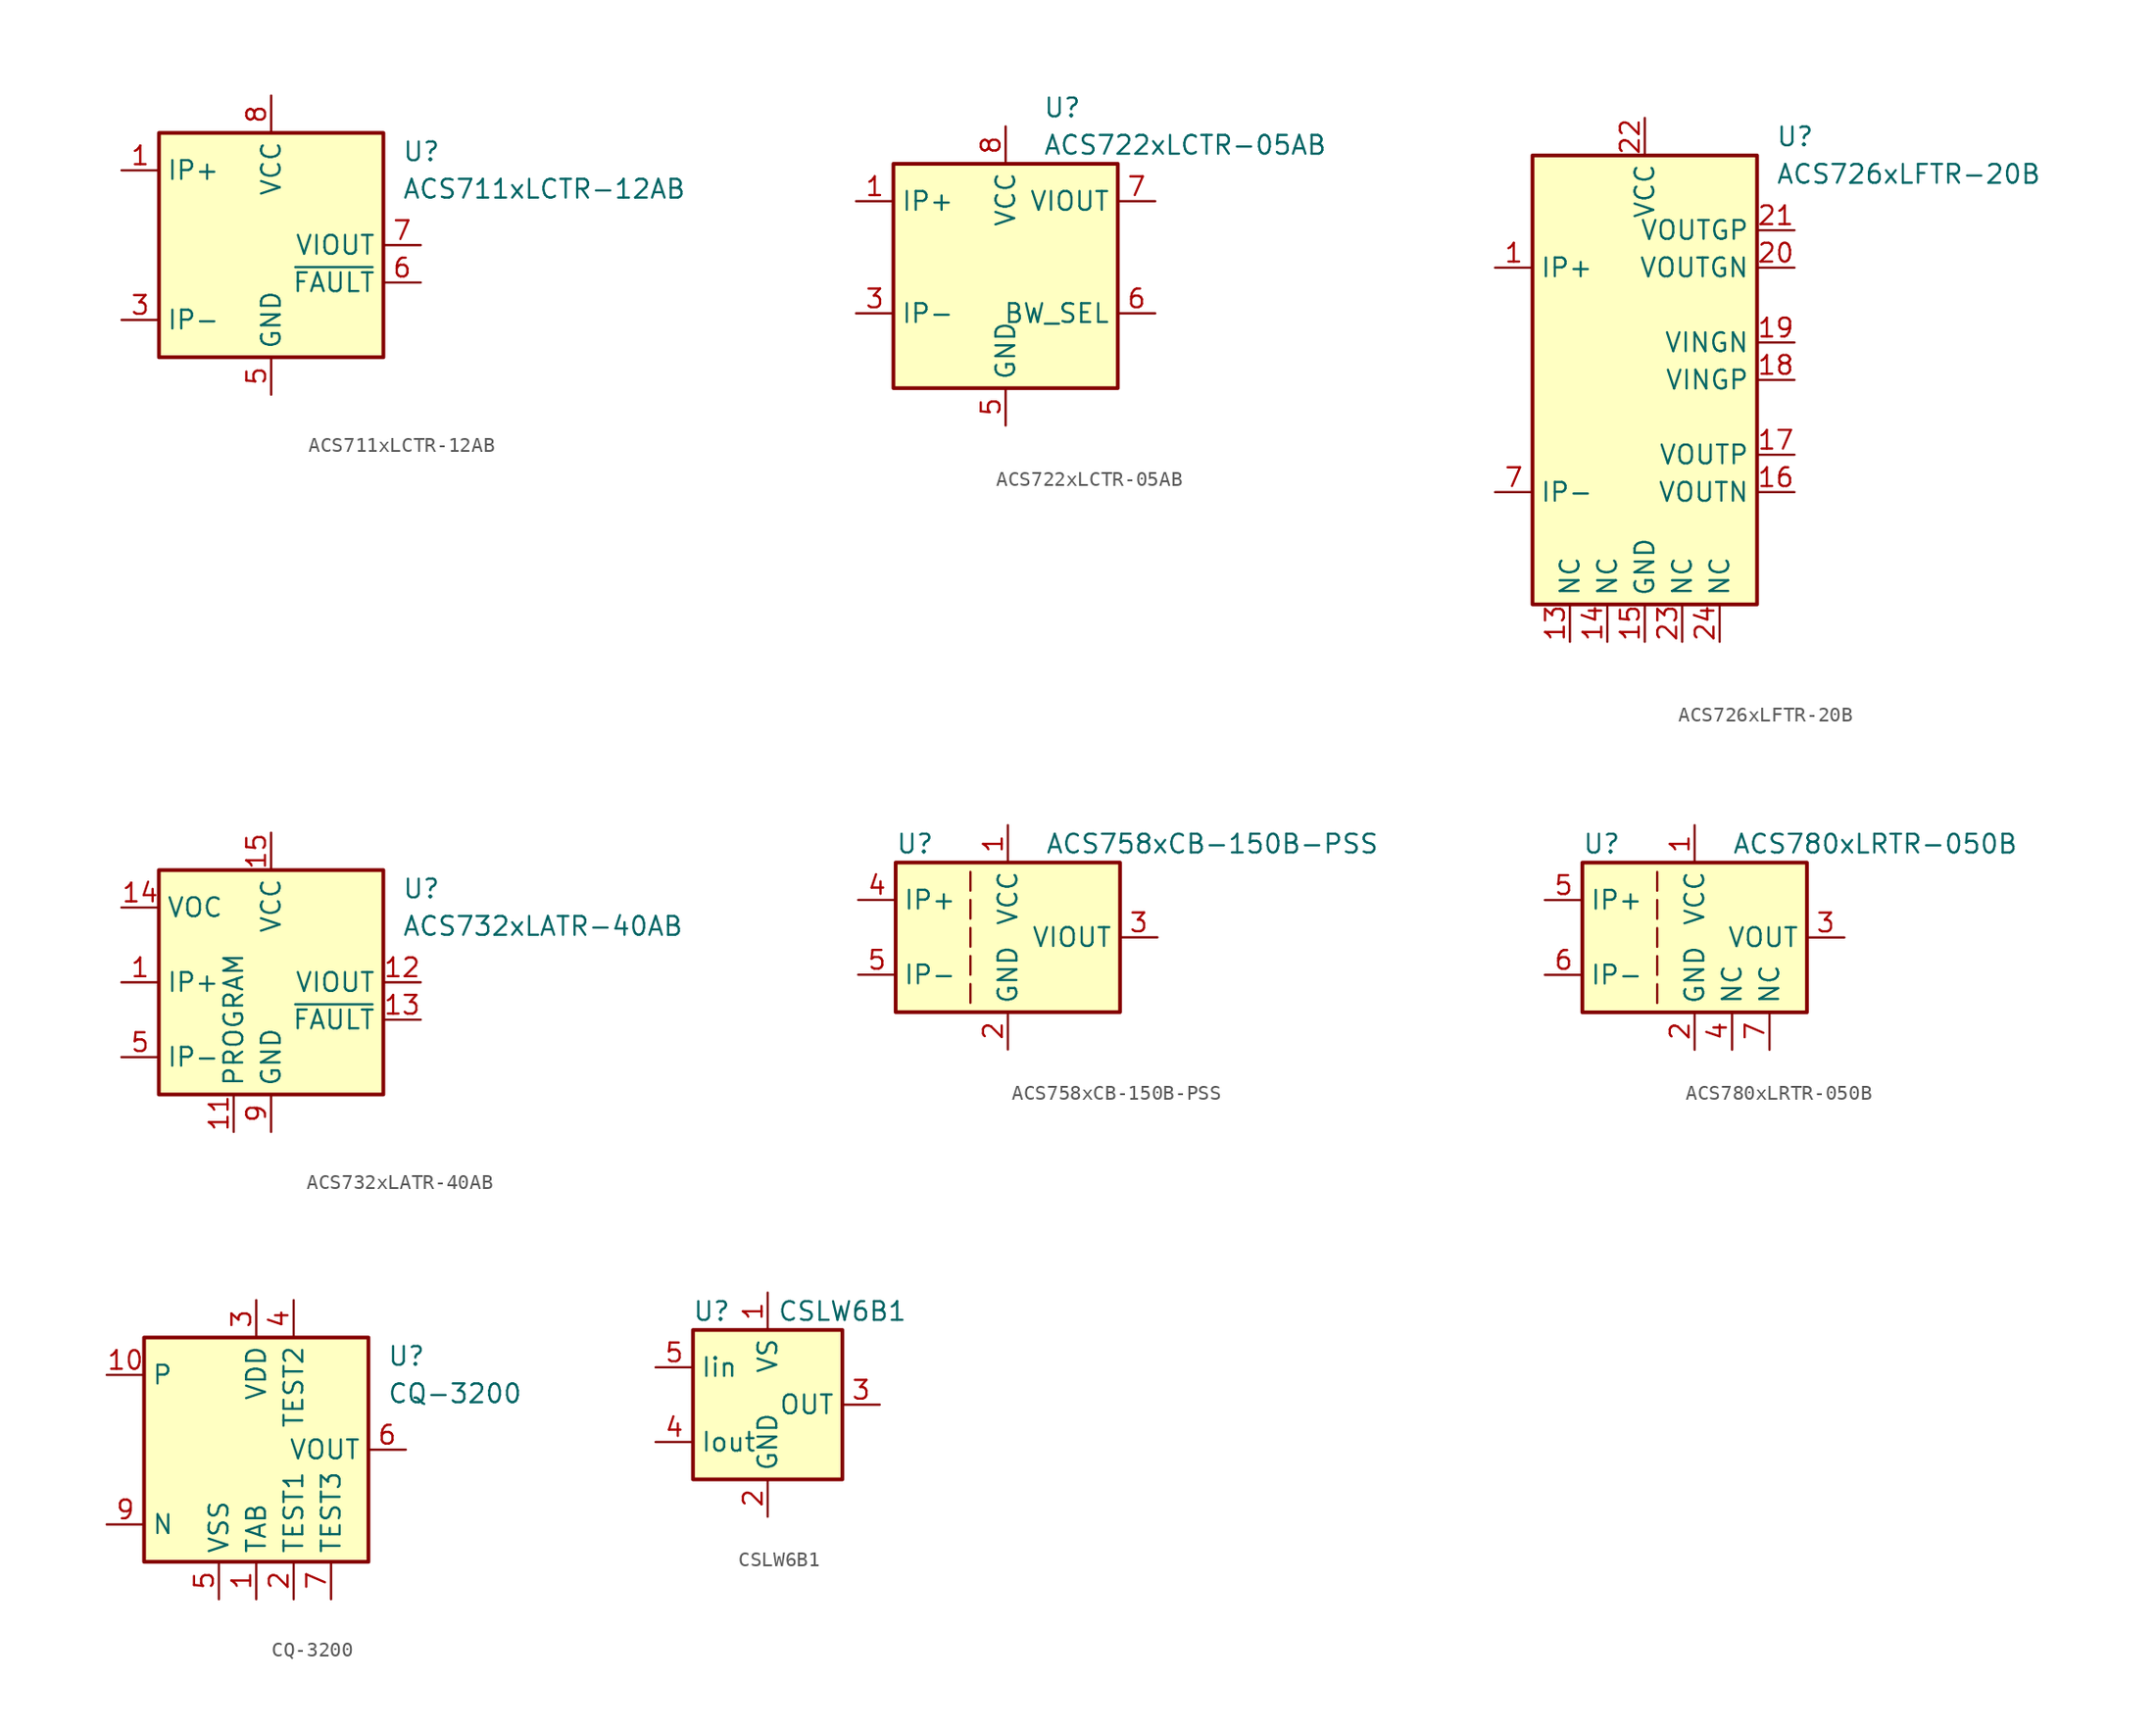
<source format=kicad_sym>
(kicad_symbol_lib
  (version 20220914)
  (generator kicad_symbol_editor)
  (symbol "ACS711xLCTR-12AB"
    (property "Reference" "U"
      (at 8.89 6.35 0)
      (effects (font (size 1.27 1.27)) (justify left)))
    (property "Value" "ACS711xLCTR-12AB"
      (at 8.89 3.81 0)
      (effects (font (size 1.27 1.27)) (justify left)))
    (symbol "ACS711xLCTR-12AB_0_1"
      (rectangle (start -7.62 7.62) (end 7.62 -7.62) (stroke (width 0.254) (type default)) (fill (type background))))
    (symbol "ACS711xLCTR-12AB_1_1"
      (pin passive line (at -10.16 5.08 0) (length 2.54) (name "IP+" (effects (font (size 1.27 1.27)))) (number "1" (effects (font (size 1.27 1.27)))))
      (pin passive line (at -10.16 5.08 0) (length 2.54) hide (name "IP+" (effects (font (size 1.27 1.27)))) (number "2" (effects (font (size 1.27 1.27)))))
      (pin passive line (at -10.16 -5.08 0) (length 2.54) (name "IP-" (effects (font (size 1.27 1.27)))) (number "3" (effects (font (size 1.27 1.27)))))
      (pin passive line (at -10.16 -5.08 0) (length 2.54) hide (name "IP-" (effects (font (size 1.27 1.27)))) (number "4" (effects (font (size 1.27 1.27)))))
      (pin power_in line (at 0 -10.16 90) (length 2.54) (name "GND" (effects (font (size 1.27 1.27)))) (number "5" (effects (font (size 1.27 1.27)))))
      (pin output line (at 10.16 -2.54 180) (length 2.54) (name "~{FAULT}" (effects (font (size 1.27 1.27)))) (number "6" (effects (font (size 1.27 1.27)))))
      (pin output line (at 10.16 0 180) (length 2.54) (name "VIOUT" (effects (font (size 1.27 1.27)))) (number "7" (effects (font (size 1.27 1.27)))))
      (pin power_in line (at 0 10.16 270) (length 2.54) (name "VCC" (effects (font (size 1.27 1.27)))) (number "8" (effects (font (size 1.27 1.27)))))))
  (symbol "ACS722xLCTR-05AB"
    (property "Reference" "U"
      (at 2.54 11.43 0)
      (effects (font (size 1.27 1.27)) (justify left)))
    (property "Value" "ACS722xLCTR-05AB"
      (at 2.54 8.89 0)
      (effects (font (size 1.27 1.27)) (justify left)))
    (symbol "ACS722xLCTR-05AB_0_1"
      (rectangle (start -7.62 7.62) (end 7.62 -7.62) (stroke (width 0.254) (type default)) (fill (type background))))
    (symbol "ACS722xLCTR-05AB_1_1"
      (pin passive line (at -10.16 5.08 0) (length 2.54) (name "IP+" (effects (font (size 1.27 1.27)))) (number "1" (effects (font (size 1.27 1.27)))))
      (pin passive line (at -10.16 5.08 0) (length 2.54) hide (name "IP+" (effects (font (size 1.27 1.27)))) (number "2" (effects (font (size 1.27 1.27)))))
      (pin passive line (at -10.16 -2.54 0) (length 2.54) (name "IP-" (effects (font (size 1.27 1.27)))) (number "3" (effects (font (size 1.27 1.27)))))
      (pin passive line (at -10.16 -2.54 0) (length 2.54) hide (name "IP-" (effects (font (size 1.27 1.27)))) (number "4" (effects (font (size 1.27 1.27)))))
      (pin power_in line (at 0 -10.16 90) (length 2.54) (name "GND" (effects (font (size 1.27 1.27)))) (number "5" (effects (font (size 1.27 1.27)))))
      (pin input line (at 10.16 -2.54 180) (length 2.54) (name "BW_SEL" (effects (font (size 1.27 1.27)))) (number "6" (effects (font (size 1.27 1.27)))))
      (pin output line (at 10.16 5.08 180) (length 2.54) (name "VIOUT" (effects (font (size 1.27 1.27)))) (number "7" (effects (font (size 1.27 1.27)))))
      (pin power_in line (at 0 10.16 270) (length 2.54) (name "VCC" (effects (font (size 1.27 1.27)))) (number "8" (effects (font (size 1.27 1.27)))))))
  (symbol "ACS726xLFTR-20B"
    (property "Reference" "U"
      (at 8.89 16.51 0)
      (effects (font (size 1.27 1.27)) (justify left)))
    (property "Value" "ACS726xLFTR-20B"
      (at 8.89 13.97 0)
      (effects (font (size 1.27 1.27)) (justify left)))
    (symbol "ACS726xLFTR-20B_0_1"
      (rectangle (start -7.62 15.24) (end 7.62 -15.24) (stroke (width 0.254) (type default)) (fill (type background))))
    (symbol "ACS726xLFTR-20B_1_1"
      (pin passive line (at -10.16 7.62 0) (length 2.54) (name "IP+" (effects (font (size 1.27 1.27)))) (number "1" (effects (font (size 1.27 1.27)))))
      (pin passive line (at -10.16 -7.62 0) (length 2.54) hide (name "IP-" (effects (font (size 1.27 1.27)))) (number "10" (effects (font (size 1.27 1.27)))))
      (pin passive line (at -10.16 -7.62 0) (length 2.54) hide (name "IP-" (effects (font (size 1.27 1.27)))) (number "11" (effects (font (size 1.27 1.27)))))
      (pin passive line (at -10.16 -7.62 0) (length 2.54) hide (name "IP-" (effects (font (size 1.27 1.27)))) (number "12" (effects (font (size 1.27 1.27)))))
      (pin passive line (at -5.08 -17.78 90) (length 2.54) (name "NC" (effects (font (size 1.27 1.27)))) (number "13" (effects (font (size 1.27 1.27)))))
      (pin passive line (at -2.54 -17.78 90) (length 2.54) (name "NC" (effects (font (size 1.27 1.27)))) (number "14" (effects (font (size 1.27 1.27)))))
      (pin power_in line (at 0 -17.78 90) (length 2.54) (name "GND" (effects (font (size 1.27 1.27)))) (number "15" (effects (font (size 1.27 1.27)))))
      (pin output line (at 10.16 -7.62 180) (length 2.54) (name "VOUTN" (effects (font (size 1.27 1.27)))) (number "16" (effects (font (size 1.27 1.27)))))
      (pin output line (at 10.16 -5.08 180) (length 2.54) (name "VOUTP" (effects (font (size 1.27 1.27)))) (number "17" (effects (font (size 1.27 1.27)))))
      (pin input line (at 10.16 0 180) (length 2.54) (name "VINGP" (effects (font (size 1.27 1.27)))) (number "18" (effects (font (size 1.27 1.27)))))
      (pin input line (at 10.16 2.54 180) (length 2.54) (name "VINGN" (effects (font (size 1.27 1.27)))) (number "19" (effects (font (size 1.27 1.27)))))
      (pin passive line (at -10.16 7.62 0) (length 2.54) hide (name "IP+" (effects (font (size 1.27 1.27)))) (number "2" (effects (font (size 1.27 1.27)))))
      (pin output line (at 10.16 7.62 180) (length 2.54) (name "VOUTGN" (effects (font (size 1.27 1.27)))) (number "20" (effects (font (size 1.27 1.27)))))
      (pin output line (at 10.16 10.16 180) (length 2.54) (name "VOUTGP" (effects (font (size 1.27 1.27)))) (number "21" (effects (font (size 1.27 1.27)))))
      (pin power_in line (at 0 17.78 270) (length 2.54) (name "VCC" (effects (font (size 1.27 1.27)))) (number "22" (effects (font (size 1.27 1.27)))))
      (pin passive line (at 2.54 -17.78 90) (length 2.54) (name "NC" (effects (font (size 1.27 1.27)))) (number "23" (effects (font (size 1.27 1.27)))))
      (pin passive line (at 5.08 -17.78 90) (length 2.54) (name "NC" (effects (font (size 1.27 1.27)))) (number "24" (effects (font (size 1.27 1.27)))))
      (pin passive line (at -10.16 7.62 0) (length 2.54) hide (name "IP+" (effects (font (size 1.27 1.27)))) (number "3" (effects (font (size 1.27 1.27)))))
      (pin passive line (at -10.16 7.62 0) (length 2.54) hide (name "IP+" (effects (font (size 1.27 1.27)))) (number "4" (effects (font (size 1.27 1.27)))))
      (pin passive line (at -10.16 7.62 0) (length 2.54) hide (name "IP+" (effects (font (size 1.27 1.27)))) (number "5" (effects (font (size 1.27 1.27)))))
      (pin passive line (at -10.16 7.62 0) (length 2.54) hide (name "IP+" (effects (font (size 1.27 1.27)))) (number "6" (effects (font (size 1.27 1.27)))))
      (pin passive line (at -10.16 -7.62 0) (length 2.54) (name "IP-" (effects (font (size 1.27 1.27)))) (number "7" (effects (font (size 1.27 1.27)))))
      (pin passive line (at -10.16 -7.62 0) (length 2.54) hide (name "IP-" (effects (font (size 1.27 1.27)))) (number "8" (effects (font (size 1.27 1.27)))))
      (pin passive line (at -10.16 -7.62 0) (length 2.54) hide (name "IP-" (effects (font (size 1.27 1.27)))) (number "9" (effects (font (size 1.27 1.27)))))))
  (symbol "ACS732xLATR-40AB"
    (property "Reference" "U"
      (at 8.89 6.35 0)
      (effects (font (size 1.27 1.27)) (justify left)))
    (property "Value" "ACS732xLATR-40AB"
      (at 8.89 3.81 0)
      (effects (font (size 1.27 1.27)) (justify left)))
    (symbol "ACS732xLATR-40AB_0_1"
      (rectangle (start -7.62 7.62) (end 7.62 -7.62) (stroke (width 0.254) (type default)) (fill (type background))))
    (symbol "ACS732xLATR-40AB_1_1"
      (pin passive line (at -10.16 0 0) (length 2.54) (name "IP+" (effects (font (size 1.27 1.27)))) (number "1" (effects (font (size 1.27 1.27)))))
      (pin passive line (at 0 -10.16 90) (length 2.54) hide (name "GND" (effects (font (size 1.27 1.27)))) (number "10" (effects (font (size 1.27 1.27)))))
      (pin passive line (at -2.54 -10.16 90) (length 2.54) (name "PROGRAM" (effects (font (size 1.27 1.27)))) (number "11" (effects (font (size 1.27 1.27)))))
      (pin output line (at 10.16 0 180) (length 2.54) (name "VIOUT" (effects (font (size 1.27 1.27)))) (number "12" (effects (font (size 1.27 1.27)))))
      (pin output line (at 10.16 -2.54 180) (length 2.54) (name "~{FAULT}" (effects (font (size 1.27 1.27)))) (number "13" (effects (font (size 1.27 1.27)))))
      (pin input line (at -10.16 5.08 0) (length 2.54) (name "VOC" (effects (font (size 1.27 1.27)))) (number "14" (effects (font (size 1.27 1.27)))))
      (pin power_in line (at 0 10.16 270) (length 2.54) (name "VCC" (effects (font (size 1.27 1.27)))) (number "15" (effects (font (size 1.27 1.27)))))
      (pin passive line (at 0 10.16 270) (length 2.54) hide (name "VCC" (effects (font (size 1.27 1.27)))) (number "16" (effects (font (size 1.27 1.27)))))
      (pin passive line (at -10.16 0 0) (length 2.54) hide (name "IP+" (effects (font (size 1.27 1.27)))) (number "2" (effects (font (size 1.27 1.27)))))
      (pin passive line (at -10.16 0 0) (length 2.54) hide (name "IP+" (effects (font (size 1.27 1.27)))) (number "3" (effects (font (size 1.27 1.27)))))
      (pin passive line (at -10.16 0 0) (length 2.54) hide (name "IP+" (effects (font (size 1.27 1.27)))) (number "4" (effects (font (size 1.27 1.27)))))
      (pin passive line (at -10.16 -5.08 0) (length 2.54) (name "IP-" (effects (font (size 1.27 1.27)))) (number "5" (effects (font (size 1.27 1.27)))))
      (pin passive line (at -10.16 -5.08 0) (length 2.54) hide (name "IP-" (effects (font (size 1.27 1.27)))) (number "6" (effects (font (size 1.27 1.27)))))
      (pin passive line (at -10.16 -5.08 0) (length 2.54) hide (name "IP-" (effects (font (size 1.27 1.27)))) (number "7" (effects (font (size 1.27 1.27)))))
      (pin passive line (at -10.16 -5.08 0) (length 2.54) hide (name "IP-" (effects (font (size 1.27 1.27)))) (number "8" (effects (font (size 1.27 1.27)))))
      (pin power_in line (at 0 -10.16 90) (length 2.54) (name "GND" (effects (font (size 1.27 1.27)))) (number "9" (effects (font (size 1.27 1.27)))))))
  (symbol "ACS758xCB-150B-PSS"
    (property "Reference" "U"
      (at -7.62 6.35 0)
      (effects (font (size 1.27 1.27)) (justify left)))
    (property "Value" "ACS758xCB-150B-PSS"
      (at 2.54 6.35 0)
      (effects (font (size 1.27 1.27)) (justify left)))
    (symbol "ACS758xCB-150B-PSS_0_1"
      (rectangle (start -7.62 5.08) (end 7.62 -5.08) (stroke (width 0.254) (type default)) (fill (type background)))
      (polyline (pts (xy -2.54 -3.175) (xy -2.54 -4.445)) (stroke (width 0) (type default)) (fill (type none)))
      (polyline (pts (xy -2.54 -1.27) (xy -2.54 -2.54)) (stroke (width 0) (type default)) (fill (type none)))
      (polyline (pts (xy -2.54 0.635) (xy -2.54 -0.635)) (stroke (width 0) (type default)) (fill (type none)))
      (polyline (pts (xy -2.54 1.27) (xy -2.54 2.54)) (stroke (width 0) (type default)) (fill (type none)))
      (polyline (pts (xy -2.54 3.175) (xy -2.54 4.445)) (stroke (width 0) (type default)) (fill (type none))))
    (symbol "ACS758xCB-150B-PSS_1_1"
      (pin power_in line (at 0 7.62 270) (length 2.54) (name "VCC" (effects (font (size 1.27 1.27)))) (number "1" (effects (font (size 1.27 1.27)))))
      (pin power_in line (at 0 -7.62 90) (length 2.54) (name "GND" (effects (font (size 1.27 1.27)))) (number "2" (effects (font (size 1.27 1.27)))))
      (pin output line (at 10.16 0 180) (length 2.54) (name "VIOUT" (effects (font (size 1.27 1.27)))) (number "3" (effects (font (size 1.27 1.27)))))
      (pin passive line (at -10.16 2.54 0) (length 2.54) (name "IP+" (effects (font (size 1.27 1.27)))) (number "4" (effects (font (size 1.27 1.27)))))
      (pin passive line (at -10.16 -2.54 0) (length 2.54) (name "IP-" (effects (font (size 1.27 1.27)))) (number "5" (effects (font (size 1.27 1.27)))))))
  (symbol "ACS780xLRTR-050B"
    (property "Reference" "U"
      (at -7.62 6.35 0)
      (effects (font (size 1.27 1.27)) (justify left)))
    (property "Value" "ACS780xLRTR-050B"
      (at 2.54 6.35 0)
      (effects (font (size 1.27 1.27)) (justify left)))
    (symbol "ACS780xLRTR-050B_0_1"
      (rectangle (start -7.62 5.08) (end 7.62 -5.08) (stroke (width 0.254) (type default)) (fill (type background)))
      (polyline (pts (xy -2.54 -3.175) (xy -2.54 -4.445)) (stroke (width 0) (type default)) (fill (type none)))
      (polyline (pts (xy -2.54 -1.27) (xy -2.54 -2.54)) (stroke (width 0) (type default)) (fill (type none)))
      (polyline (pts (xy -2.54 0.635) (xy -2.54 -0.635)) (stroke (width 0) (type default)) (fill (type none)))
      (polyline (pts (xy -2.54 1.27) (xy -2.54 2.54)) (stroke (width 0) (type default)) (fill (type none)))
      (polyline (pts (xy -2.54 3.175) (xy -2.54 4.445)) (stroke (width 0) (type default)) (fill (type none))))
    (symbol "ACS780xLRTR-050B_1_1"
      (pin power_in line (at 0 7.62 270) (length 2.54) (name "VCC" (effects (font (size 1.27 1.27)))) (number "1" (effects (font (size 1.27 1.27)))))
      (pin power_in line (at 0 -7.62 90) (length 2.54) (name "GND" (effects (font (size 1.27 1.27)))) (number "2" (effects (font (size 1.27 1.27)))))
      (pin output line (at 10.16 0 180) (length 2.54) (name "VOUT" (effects (font (size 1.27 1.27)))) (number "3" (effects (font (size 1.27 1.27)))))
      (pin passive line (at 2.54 -7.62 90) (length 2.54) (name "NC" (effects (font (size 1.27 1.27)))) (number "4" (effects (font (size 1.27 1.27)))))
      (pin passive line (at -10.16 2.54 0) (length 2.54) (name "IP+" (effects (font (size 1.27 1.27)))) (number "5" (effects (font (size 1.27 1.27)))))
      (pin passive line (at -10.16 -2.54 0) (length 2.54) (name "IP-" (effects (font (size 1.27 1.27)))) (number "6" (effects (font (size 1.27 1.27)))))
      (pin passive line (at 5.08 -7.62 90) (length 2.54) (name "NC" (effects (font (size 1.27 1.27)))) (number "7" (effects (font (size 1.27 1.27)))))))
  (symbol "CQ-3200"
    (property "Reference" "U"
      (at 8.89 6.35 0)
      (effects (font (size 1.27 1.27)) (justify left)))
    (property "Value" "CQ-3200"
      (at 8.89 3.81 0)
      (effects (font (size 1.27 1.27)) (justify left)))
    (symbol "CQ-3200_0_1"
      (rectangle (start -7.62 7.62) (end 7.62 -7.62) (stroke (width 0.254) (type default)) (fill (type background))))
    (symbol "CQ-3200_1_1"
      (pin power_in line (at 0 -10.16 90) (length 2.54) (name "TAB" (effects (font (size 1.27 1.27)))) (number "1" (effects (font (size 1.27 1.27)))))
      (pin passive line (at -10.16 5.08 0) (length 2.54) (name "P" (effects (font (size 1.27 1.27)))) (number "10" (effects (font (size 1.27 1.27)))))
      (pin power_in line (at 2.54 -10.16 90) (length 2.54) (name "TEST1" (effects (font (size 1.27 1.27)))) (number "2" (effects (font (size 1.27 1.27)))))
      (pin power_in line (at 0 10.16 270) (length 2.54) (name "VDD" (effects (font (size 1.27 1.27)))) (number "3" (effects (font (size 1.27 1.27)))))
      (pin power_in line (at 2.54 10.16 270) (length 2.54) (name "TEST2" (effects (font (size 1.27 1.27)))) (number "4" (effects (font (size 1.27 1.27)))))
      (pin power_in line (at -2.54 -10.16 90) (length 2.54) (name "VSS" (effects (font (size 1.27 1.27)))) (number "5" (effects (font (size 1.27 1.27)))))
      (pin output line (at 10.16 0 180) (length 2.54) (name "VOUT" (effects (font (size 1.27 1.27)))) (number "6" (effects (font (size 1.27 1.27)))))
      (pin power_in line (at 5.08 -10.16 90) (length 2.54) (name "TEST3" (effects (font (size 1.27 1.27)))) (number "7" (effects (font (size 1.27 1.27)))))
      (pin passive line (at 0 -10.16 90) (length 2.54) hide (name "TAB" (effects (font (size 1.27 1.27)))) (number "8" (effects (font (size 1.27 1.27)))))
      (pin passive line (at -10.16 -5.08 0) (length 2.54) (name "N" (effects (font (size 1.27 1.27)))) (number "9" (effects (font (size 1.27 1.27)))))))
  (symbol "CSLW6B1"
    (property "Reference" "U"
      (at -3.81 6.35 0)
      (effects (font (size 1.27 1.27))))
    (property "Value" "CSLW6B1"
      (at 5.08 6.35 0)
      (effects (font (size 1.27 1.27))))
    (symbol "CSLW6B1_0_1"
      (rectangle (start -5.08 5.08) (end 5.08 -5.08) (stroke (width 0.254) (type default)) (fill (type background))))
    (symbol "CSLW6B1_1_1"
      (pin power_in line (at 0 7.62 270) (length 2.54) (name "VS" (effects (font (size 1.27 1.27)))) (number "1" (effects (font (size 1.27 1.27)))))
      (pin power_in line (at 0 -7.62 90) (length 2.54) (name "GND" (effects (font (size 1.27 1.27)))) (number "2" (effects (font (size 1.27 1.27)))))
      (pin output line (at 7.62 0 180) (length 2.54) (name "OUT" (effects (font (size 1.27 1.27)))) (number "3" (effects (font (size 1.27 1.27)))))
      (pin passive line (at -7.62 -2.54 0) (length 2.54) (name "Iout" (effects (font (size 1.27 1.27)))) (number "4" (effects (font (size 1.27 1.27)))))
      (pin passive line (at -7.62 2.54 0) (length 2.54) (name "Iin" (effects (font (size 1.27 1.27)))) (number "5" (effects (font (size 1.27 1.27))))))))
</source>
